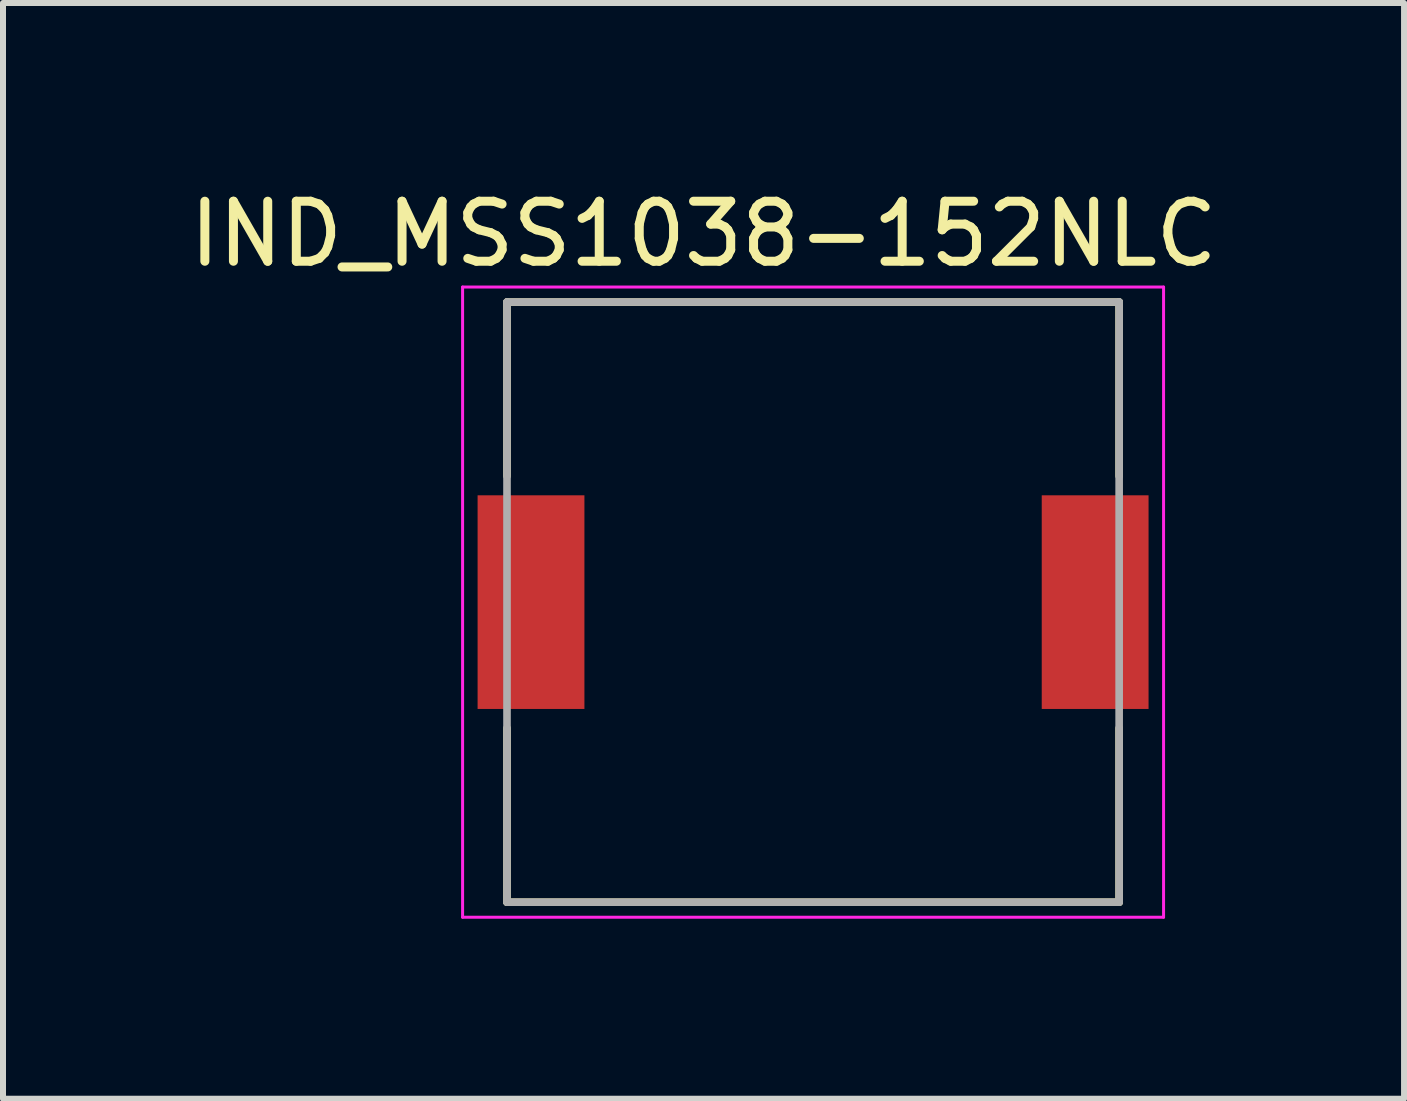
<source format=kicad_pcb>
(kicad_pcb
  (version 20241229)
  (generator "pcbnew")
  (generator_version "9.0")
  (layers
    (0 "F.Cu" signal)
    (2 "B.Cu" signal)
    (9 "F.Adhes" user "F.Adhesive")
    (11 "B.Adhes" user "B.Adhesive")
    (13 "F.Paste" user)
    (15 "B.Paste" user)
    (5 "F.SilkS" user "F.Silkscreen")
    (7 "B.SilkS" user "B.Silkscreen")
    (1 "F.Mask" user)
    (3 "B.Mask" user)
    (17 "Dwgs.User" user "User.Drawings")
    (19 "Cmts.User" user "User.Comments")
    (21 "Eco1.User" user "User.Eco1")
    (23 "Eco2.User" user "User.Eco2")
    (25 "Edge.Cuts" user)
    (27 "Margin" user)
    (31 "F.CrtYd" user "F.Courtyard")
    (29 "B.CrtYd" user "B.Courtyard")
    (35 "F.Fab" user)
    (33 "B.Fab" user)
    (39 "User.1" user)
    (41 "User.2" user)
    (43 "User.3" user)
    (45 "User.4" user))
  (footprint "IND_MSS1038-152NLC"
    (layer "F.Cu")
    (at 10.498 6.983)
    (property "Reference" "IND_MSS1038-152NLC" (at -1.825 -6.135 0) (layer "F.SilkS") (effects (font (size 1 1) (thickness 0.15))))
    (attr smd)
    (fp_line (start -5.1 -5) (end 5.1 -5) (stroke (width 0.127) (type solid)) (layer "F.SilkS"))
    (fp_line (start -5.1 -2.1) (end -5.1 -5) (stroke (width 0.127) (type solid)) (layer "F.SilkS"))
    (fp_line (start -5.1 5) (end -5.1 2.1) (stroke (width 0.127) (type solid)) (layer "F.SilkS"))
    (fp_line (start 5.1 -5) (end 5.1 -2.1) (stroke (width 0.127) (type solid)) (layer "F.SilkS"))
    (fp_line (start 5.1 2.1) (end 5.1 5) (stroke (width 0.127) (type solid)) (layer "F.SilkS"))
    (fp_line (start 5.1 5) (end -5.1 5) (stroke (width 0.127) (type solid)) (layer "F.SilkS"))
    (fp_line (start -5.84 -5.25) (end 5.84 -5.25) (stroke (width 0.05) (type solid)) (layer "F.CrtYd"))
    (fp_line (start -5.84 5.25) (end -5.84 -5.25) (stroke (width 0.05) (type solid)) (layer "F.CrtYd"))
    (fp_line (start 5.84 -5.25) (end 5.84 5.25) (stroke (width 0.05) (type solid)) (layer "F.CrtYd"))
    (fp_line (start 5.84 5.25) (end -5.84 5.25) (stroke (width 0.05) (type solid)) (layer "F.CrtYd"))
    (fp_line (start -5.1 -5) (end 5.1 -5) (stroke (width 0.127) (type solid)) (layer "F.Fab"))
    (fp_line (start -5.1 5) (end -5.1 -5) (stroke (width 0.127) (type solid)) (layer "F.Fab"))
    (fp_line (start 5.1 -5) (end 5.1 5) (stroke (width 0.127) (type solid)) (layer "F.Fab"))
    (fp_line (start 5.1 5) (end -5.1 5) (stroke (width 0.127) (type solid)) (layer "F.Fab"))
    (pad "1" smd rect (at -4.7 0) (size 1.78 3.56) (layers "F.Cu" "F.Mask" "F.Paste"))
    (pad "2" smd rect (at 4.7 0) (size 1.78 3.56) (layers "F.Cu" "F.Mask" "F.Paste")))
  (gr_rect
    (start -3 -3)
    (end 20.345 15.258)
    (stroke (width 0.1) (type default))
    (fill no)
    (layer "Edge.Cuts")))
</source>
